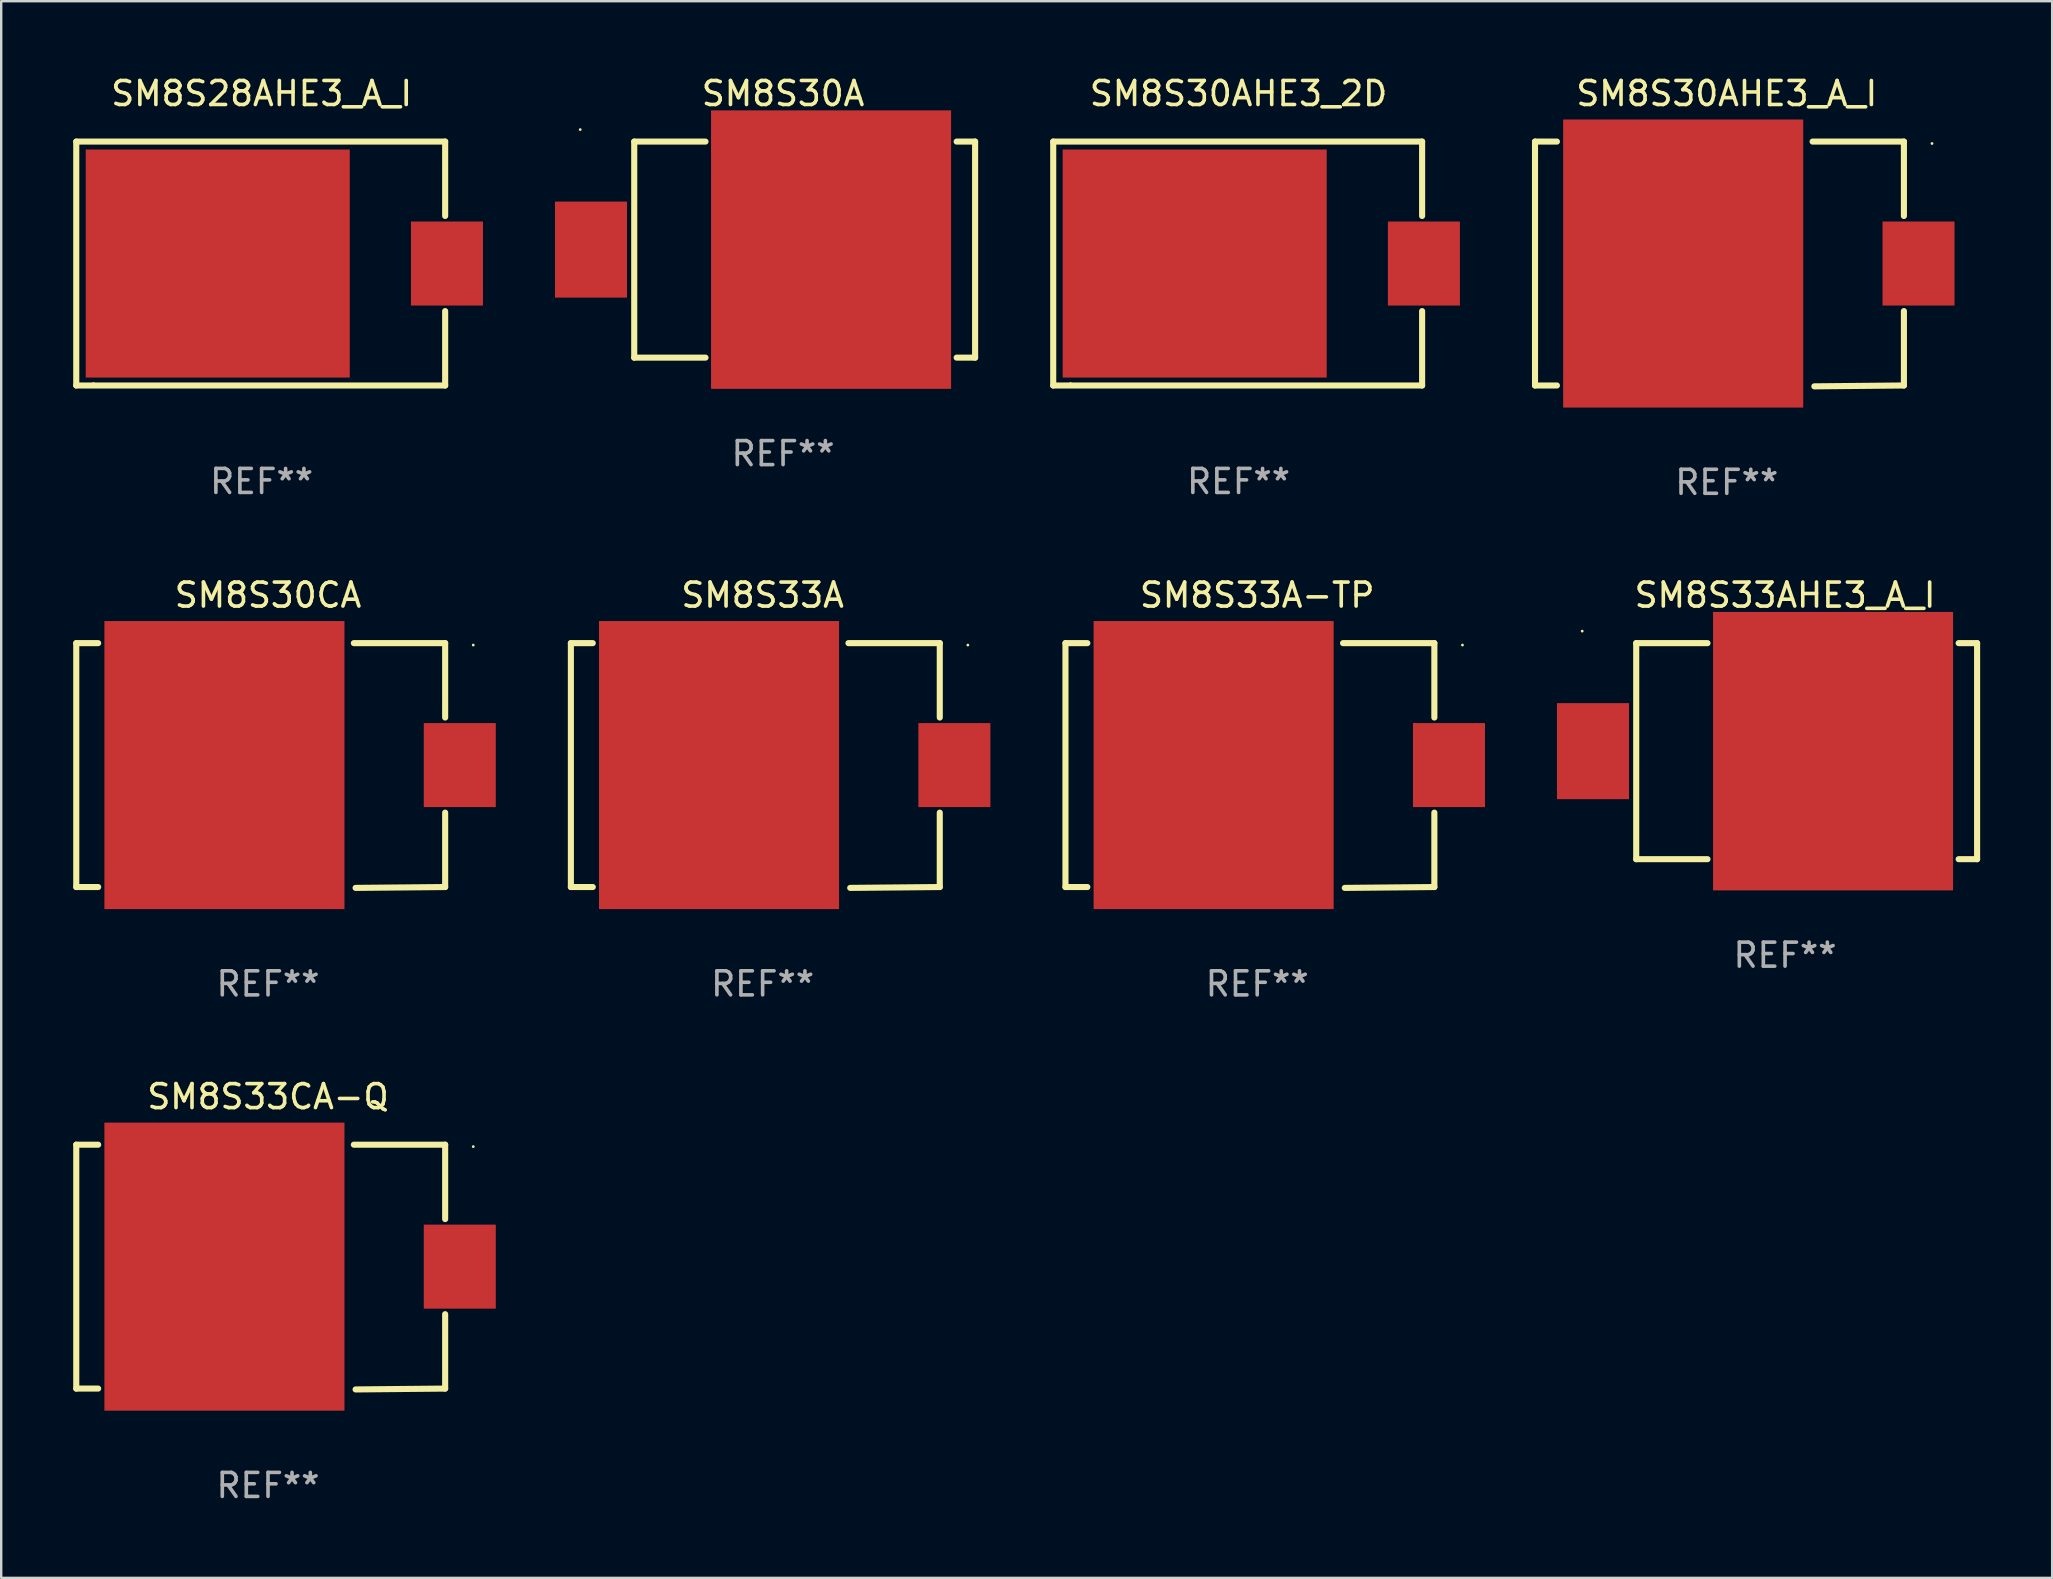
<source format=kicad_pcb>
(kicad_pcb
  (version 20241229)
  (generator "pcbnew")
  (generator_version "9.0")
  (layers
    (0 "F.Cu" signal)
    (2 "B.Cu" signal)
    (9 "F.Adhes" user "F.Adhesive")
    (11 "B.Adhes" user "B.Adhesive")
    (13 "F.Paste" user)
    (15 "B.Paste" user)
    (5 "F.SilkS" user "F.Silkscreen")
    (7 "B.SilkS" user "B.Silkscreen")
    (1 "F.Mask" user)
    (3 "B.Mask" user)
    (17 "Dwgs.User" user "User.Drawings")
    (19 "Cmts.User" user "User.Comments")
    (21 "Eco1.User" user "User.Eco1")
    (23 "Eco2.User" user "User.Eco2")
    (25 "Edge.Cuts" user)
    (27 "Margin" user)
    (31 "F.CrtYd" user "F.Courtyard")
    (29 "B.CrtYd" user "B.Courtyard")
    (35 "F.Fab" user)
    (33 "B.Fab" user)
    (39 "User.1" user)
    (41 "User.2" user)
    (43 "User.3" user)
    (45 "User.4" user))
  (footprint "SM8S30CA"
    (layer "F.Cu")
    (at 8.115 28.839)
    (property "Reference" "SM8S30CA" (at 0 -7.098 0) (layer "F.SilkS") (effects (font (size 1 1) (thickness 0.15))))
    (attr through_hole)
    (fp_line (start -7.988 -5.098) (end -7.076 -5.098) (stroke (width 0.254) (type solid)) (layer "F.SilkS"))
    (fp_line (start -7.988 5.062) (end -7.988 -5.098) (stroke (width 0.254) (type solid)) (layer "F.SilkS"))
    (fp_line (start -7.076 5.062) (end -7.988 5.062) (stroke (width 0.254) (type solid)) (layer "F.SilkS"))
    (fp_line (start 3.575 -5.098) (end 7.379 -5.098) (stroke (width 0.254) (type solid)) (layer "F.SilkS"))
    (fp_line (start 7.379 -5.098) (end 7.379 -1.999) (stroke (width 0.254) (type solid)) (layer "F.SilkS"))
    (fp_line (start 7.379 1.963) (end 7.379 5.062) (stroke (width 0.254) (type solid)) (layer "F.SilkS"))
    (fp_line (start 7.379 5.062) (end 3.648 5.098) (stroke (width 0.254) (type solid)) (layer "F.SilkS"))
    (fp_circle (center 8.549 -5.018) (end 8.579 -5.018) (stroke (width 0.06) (type solid)) (fill no) (layer "F.SilkS"))
    (fp_text user "REF**" (at 0 9.098 0) (layer "F.Fab") (effects (font (size 1 1) (thickness 0.15))))
    (pad "1" smd rect (at 7.988 -0.018 90) (size 3.5 3) (layers "F.Cu" "F.Mask" "F.Paste"))
    (pad "2" smd rect (at -1.816 -0.018 90) (size 12 10) (layers "F.Cu" "F.Mask" "F.Paste")))
  (footprint "SM8S33AHE3_A_I"
    (layer "F.Cu")
    (at 71.31 28.241)
    (property "Reference" "SM8S33AHE3_A_I" (at 0 -6.5 0) (layer "F.SilkS") (effects (font (size 1 1) (thickness 0.15))))
    (attr through_hole)
    (fp_line (start -6.2 -4.5) (end -6.2 4.5) (stroke (width 0.254) (type solid)) (layer "F.SilkS"))
    (fp_line (start -6.2 -4.5) (end -3.231 -4.5) (stroke (width 0.254) (type solid)) (layer "F.SilkS"))
    (fp_line (start -6.2 4.5) (end -3.231 4.5) (stroke (width 0.254) (type solid)) (layer "F.SilkS"))
    (fp_line (start 7.231 -4.5) (end 8 -4.5) (stroke (width 0.254) (type solid)) (layer "F.SilkS"))
    (fp_line (start 7.231 4.5) (end 8 4.5) (stroke (width 0.254) (type solid)) (layer "F.SilkS"))
    (fp_line (start 8 -4.5) (end 8 4.5) (stroke (width 0.254) (type solid)) (layer "F.SilkS"))
    (fp_circle (center -8.45 -5) (end -8.42 -5) (stroke (width 0.06) (type solid)) (fill no) (layer "F.SilkS"))
    (fp_text user "REF**" (at 0 8.5 0) (layer "F.Fab") (effects (font (size 1 1) (thickness 0.15))))
    (pad "1" smd rect (at -8 -0.000076 180) (size 3 4) (layers "F.Cu" "F.Mask" "F.Paste"))
    (pad "2" smd rect (at 2 -0.000076 180) (size 10 11.6) (layers "F.Cu" "F.Mask" "F.Paste")))
  (footprint "SM8S30AHE3_A_I"
    (layer "F.Cu")
    (at 68.882 7.946)
    (property "Reference" "SM8S30AHE3_A_I" (at 0 -7.098 0) (layer "F.SilkS") (effects (font (size 1 1) (thickness 0.15))))
    (attr through_hole)
    (fp_line (start -7.988 -5.098) (end -7.076 -5.098) (stroke (width 0.254) (type solid)) (layer "F.SilkS"))
    (fp_line (start -7.988 5.062) (end -7.988 -5.098) (stroke (width 0.254) (type solid)) (layer "F.SilkS"))
    (fp_line (start -7.076 5.062) (end -7.988 5.062) (stroke (width 0.254) (type solid)) (layer "F.SilkS"))
    (fp_line (start 3.575 -5.098) (end 7.379 -5.098) (stroke (width 0.254) (type solid)) (layer "F.SilkS"))
    (fp_line (start 7.379 -5.098) (end 7.379 -1.999) (stroke (width 0.254) (type solid)) (layer "F.SilkS"))
    (fp_line (start 7.379 1.963) (end 7.379 5.062) (stroke (width 0.254) (type solid)) (layer "F.SilkS"))
    (fp_line (start 7.379 5.062) (end 3.648 5.098) (stroke (width 0.254) (type solid)) (layer "F.SilkS"))
    (fp_circle (center 8.549 -5.018) (end 8.579 -5.018) (stroke (width 0.06) (type solid)) (fill no) (layer "F.SilkS"))
    (fp_text user "REF**" (at 0 9.098 0) (layer "F.Fab") (effects (font (size 1 1) (thickness 0.15))))
    (pad "1" smd rect (at 7.988 -0.018 90) (size 3.5 3) (layers "F.Cu" "F.Mask" "F.Paste"))
    (pad "2" smd rect (at -1.816 -0.018 90) (size 12 10) (layers "F.Cu" "F.Mask" "F.Paste")))
  (footprint "SM8S30AHE3_2D"
    (layer "F.Cu")
    (at 48.545 7.928)
    (property "Reference" "SM8S30AHE3_2D" (at 0 -7.08 0) (layer "F.SilkS") (effects (font (size 1 1) (thickness 0.15))))
    (attr through_hole)
    (fp_line (start -7.721 -5.08) (end 7.646 -5.08) (stroke (width 0.254) (type solid)) (layer "F.SilkS"))
    (fp_line (start -7.721 5.08) (end -7.721 -5.08) (stroke (width 0.254) (type solid)) (layer "F.SilkS"))
    (fp_line (start 7.646 -5.08) (end 7.646 -1.981) (stroke (width 0.254) (type solid)) (layer "F.SilkS"))
    (fp_line (start 7.646 1.981) (end 7.646 5.08) (stroke (width 0.254) (type solid)) (layer "F.SilkS"))
    (fp_line (start 7.646 5.08) (end -7.721 5.08) (stroke (width 0.254) (type solid)) (layer "F.SilkS"))
    (fp_circle (center -7.003 5) (end -6.973 5) (stroke (width 0.06) (type solid)) (fill no) (layer "F.SilkS"))
    (fp_text user "REF**" (at 0 9.08 0) (layer "F.Fab") (effects (font (size 1 1) (thickness 0.15))))
    (pad "1" smd rect (at -1.828 0) (size 11 9.5) (layers "F.Cu" "F.Mask" "F.Paste"))
    (pad "2" smd rect (at 7.721 0 90) (size 3.5 3) (layers "F.Cu" "F.Mask" "F.Paste")))
  (footprint "SM8S33A"
    (layer "F.Cu")
    (at 28.719 28.839)
    (property "Reference" "SM8S33A" (at 0 -7.098 0) (layer "F.SilkS") (effects (font (size 1 1) (thickness 0.15))))
    (attr through_hole)
    (fp_line (start -7.988 -5.098) (end -7.076 -5.098) (stroke (width 0.254) (type solid)) (layer "F.SilkS"))
    (fp_line (start -7.988 5.062) (end -7.988 -5.098) (stroke (width 0.254) (type solid)) (layer "F.SilkS"))
    (fp_line (start -7.076 5.062) (end -7.988 5.062) (stroke (width 0.254) (type solid)) (layer "F.SilkS"))
    (fp_line (start 3.575 -5.098) (end 7.379 -5.098) (stroke (width 0.254) (type solid)) (layer "F.SilkS"))
    (fp_line (start 7.379 -5.098) (end 7.379 -1.999) (stroke (width 0.254) (type solid)) (layer "F.SilkS"))
    (fp_line (start 7.379 1.963) (end 7.379 5.062) (stroke (width 0.254) (type solid)) (layer "F.SilkS"))
    (fp_line (start 7.379 5.062) (end 3.648 5.098) (stroke (width 0.254) (type solid)) (layer "F.SilkS"))
    (fp_circle (center 8.549 -5.018) (end 8.579 -5.018) (stroke (width 0.06) (type solid)) (fill no) (layer "F.SilkS"))
    (fp_text user "REF**" (at 0 9.098 0) (layer "F.Fab") (effects (font (size 1 1) (thickness 0.15))))
    (pad "1" smd rect (at 7.988 -0.018 90) (size 3.5 3) (layers "F.Cu" "F.Mask" "F.Paste"))
    (pad "2" smd rect (at -1.816 -0.018 90) (size 12 10) (layers "F.Cu" "F.Mask" "F.Paste")))
  (footprint "SM8S33A-TP"
    (layer "F.Cu")
    (at 49.322 28.839)
    (property "Reference" "SM8S33A-TP" (at 0 -7.098 0) (layer "F.SilkS") (effects (font (size 1 1) (thickness 0.15))))
    (attr through_hole)
    (fp_line (start -7.988 -5.098) (end -7.076 -5.098) (stroke (width 0.254) (type solid)) (layer "F.SilkS"))
    (fp_line (start -7.988 5.062) (end -7.988 -5.098) (stroke (width 0.254) (type solid)) (layer "F.SilkS"))
    (fp_line (start -7.076 5.062) (end -7.988 5.062) (stroke (width 0.254) (type solid)) (layer "F.SilkS"))
    (fp_line (start 3.575 -5.098) (end 7.379 -5.098) (stroke (width 0.254) (type solid)) (layer "F.SilkS"))
    (fp_line (start 7.379 -5.098) (end 7.379 -1.999) (stroke (width 0.254) (type solid)) (layer "F.SilkS"))
    (fp_line (start 7.379 1.963) (end 7.379 5.062) (stroke (width 0.254) (type solid)) (layer "F.SilkS"))
    (fp_line (start 7.379 5.062) (end 3.648 5.098) (stroke (width 0.254) (type solid)) (layer "F.SilkS"))
    (fp_circle (center 8.549 -5.018) (end 8.579 -5.018) (stroke (width 0.06) (type solid)) (fill no) (layer "F.SilkS"))
    (fp_text user "REF**" (at 0 9.098 0) (layer "F.Fab") (effects (font (size 1 1) (thickness 0.15))))
    (pad "1" smd rect (at 7.988 -0.018 90) (size 3.5 3) (layers "F.Cu" "F.Mask" "F.Paste"))
    (pad "2" smd rect (at -1.816 -0.018 90) (size 12 10) (layers "F.Cu" "F.Mask" "F.Paste")))
  (footprint "SM8S30A"
    (layer "F.Cu")
    (at 29.57 7.348)
    (property "Reference" "SM8S30A" (at 0 -6.5 0) (layer "F.SilkS") (effects (font (size 1 1) (thickness 0.15))))
    (attr through_hole)
    (fp_line (start -6.2 -4.5) (end -6.2 4.5) (stroke (width 0.254) (type solid)) (layer "F.SilkS"))
    (fp_line (start -6.2 -4.5) (end -3.231 -4.5) (stroke (width 0.254) (type solid)) (layer "F.SilkS"))
    (fp_line (start -6.2 4.5) (end -3.231 4.5) (stroke (width 0.254) (type solid)) (layer "F.SilkS"))
    (fp_line (start 7.231 -4.5) (end 8 -4.5) (stroke (width 0.254) (type solid)) (layer "F.SilkS"))
    (fp_line (start 7.231 4.5) (end 8 4.5) (stroke (width 0.254) (type solid)) (layer "F.SilkS"))
    (fp_line (start 8 -4.5) (end 8 4.5) (stroke (width 0.254) (type solid)) (layer "F.SilkS"))
    (fp_circle (center -8.45 -5) (end -8.42 -5) (stroke (width 0.06) (type solid)) (fill no) (layer "F.SilkS"))
    (fp_text user "REF**" (at 0 8.5 0) (layer "F.Fab") (effects (font (size 1 1) (thickness 0.15))))
    (pad "1" smd rect (at -8 -0.000076 180) (size 3 4) (layers "F.Cu" "F.Mask" "F.Paste"))
    (pad "2" smd rect (at 2 -0.000076 180) (size 10 11.6) (layers "F.Cu" "F.Mask" "F.Paste")))
  (footprint "SM8S33CA-Q"
    (layer "F.Cu")
    (at 8.115 49.732)
    (property "Reference" "SM8S33CA-Q" (at 0 -7.098 0) (layer "F.SilkS") (effects (font (size 1 1) (thickness 0.15))))
    (attr through_hole)
    (fp_line (start -7.988 -5.098) (end -7.076 -5.098) (stroke (width 0.254) (type solid)) (layer "F.SilkS"))
    (fp_line (start -7.988 5.062) (end -7.988 -5.098) (stroke (width 0.254) (type solid)) (layer "F.SilkS"))
    (fp_line (start -7.076 5.062) (end -7.988 5.062) (stroke (width 0.254) (type solid)) (layer "F.SilkS"))
    (fp_line (start 3.575 -5.098) (end 7.379 -5.098) (stroke (width 0.254) (type solid)) (layer "F.SilkS"))
    (fp_line (start 7.379 -5.098) (end 7.379 -1.999) (stroke (width 0.254) (type solid)) (layer "F.SilkS"))
    (fp_line (start 7.379 1.963) (end 7.379 5.062) (stroke (width 0.254) (type solid)) (layer "F.SilkS"))
    (fp_line (start 7.379 5.062) (end 3.648 5.098) (stroke (width 0.254) (type solid)) (layer "F.SilkS"))
    (fp_circle (center 8.549 -5.018) (end 8.579 -5.018) (stroke (width 0.06) (type solid)) (fill no) (layer "F.SilkS"))
    (fp_text user "REF**" (at 0 9.098 0) (layer "F.Fab") (effects (font (size 1 1) (thickness 0.15))))
    (pad "1" smd rect (at 7.988 -0.018 90) (size 3.5 3) (layers "F.Cu" "F.Mask" "F.Paste"))
    (pad "2" smd rect (at -1.816 -0.018 90) (size 12 10) (layers "F.Cu" "F.Mask" "F.Paste")))
  (footprint "SM8S28AHE3_A_I"
    (layer "F.Cu")
    (at 7.848 7.928)
    (property "Reference" "SM8S28AHE3_A_I" (at 0 -7.08 0) (layer "F.SilkS") (effects (font (size 1 1) (thickness 0.15))))
    (attr through_hole)
    (fp_line (start -7.721 -5.08) (end 7.646 -5.08) (stroke (width 0.254) (type solid)) (layer "F.SilkS"))
    (fp_line (start -7.721 5.08) (end -7.721 -5.08) (stroke (width 0.254) (type solid)) (layer "F.SilkS"))
    (fp_line (start 7.646 -5.08) (end 7.646 -1.981) (stroke (width 0.254) (type solid)) (layer "F.SilkS"))
    (fp_line (start 7.646 1.981) (end 7.646 5.08) (stroke (width 0.254) (type solid)) (layer "F.SilkS"))
    (fp_line (start 7.646 5.08) (end -7.721 5.08) (stroke (width 0.254) (type solid)) (layer "F.SilkS"))
    (fp_circle (center -7.003 5) (end -6.973 5) (stroke (width 0.06) (type solid)) (fill no) (layer "F.SilkS"))
    (fp_text user "REF**" (at 0 9.08 0) (layer "F.Fab") (effects (font (size 1 1) (thickness 0.15))))
    (pad "1" smd rect (at -1.828 0) (size 11 9.5) (layers "F.Cu" "F.Mask" "F.Paste"))
    (pad "2" smd rect (at 7.721 0 90) (size 3.5 3) (layers "F.Cu" "F.Mask" "F.Paste")))
  (gr_rect
    (start -3 -3)
    (end 82.437 62.678)
    (stroke (width 0.1) (type default))
    (fill no)
    (layer "Edge.Cuts")))
</source>
